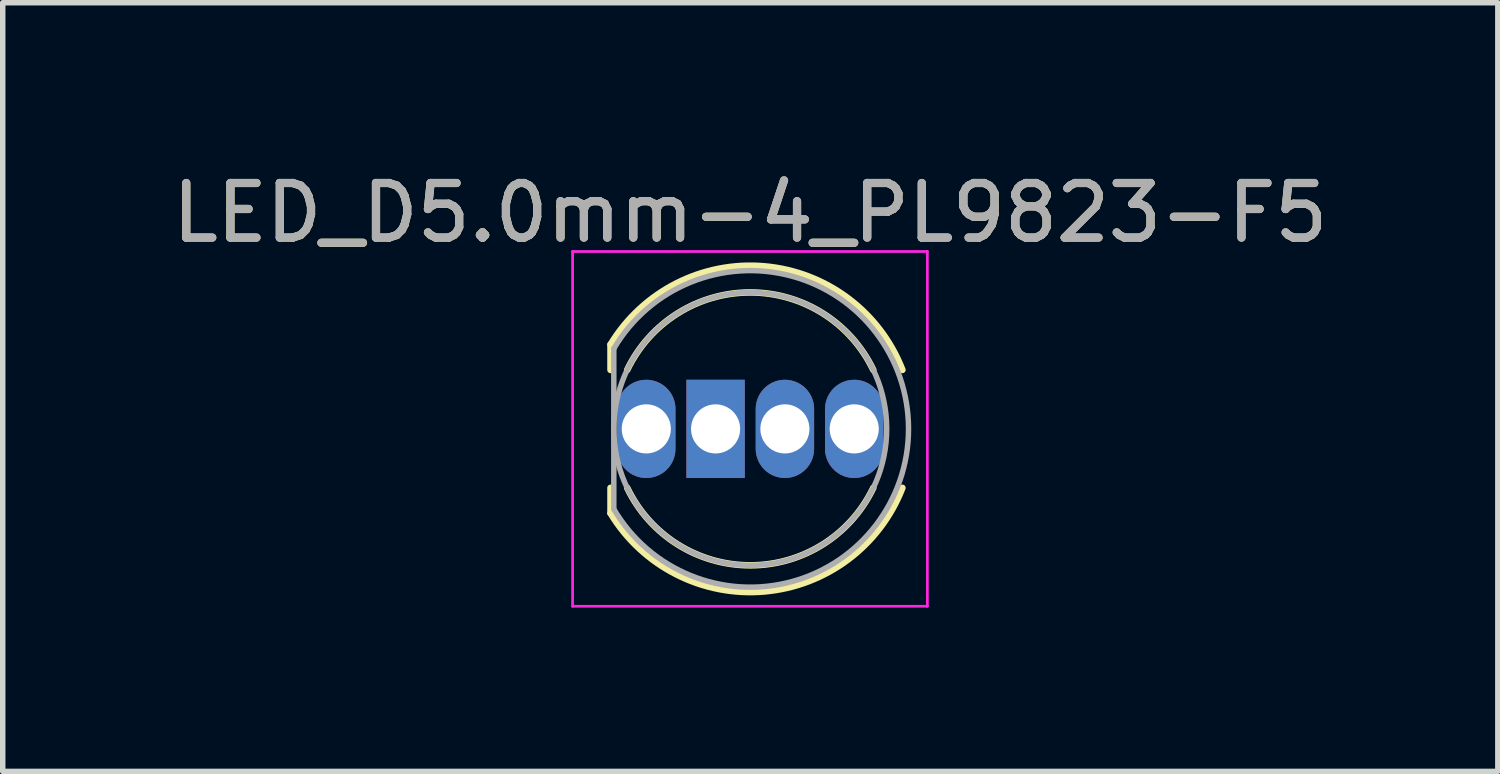
<source format=kicad_pcb>
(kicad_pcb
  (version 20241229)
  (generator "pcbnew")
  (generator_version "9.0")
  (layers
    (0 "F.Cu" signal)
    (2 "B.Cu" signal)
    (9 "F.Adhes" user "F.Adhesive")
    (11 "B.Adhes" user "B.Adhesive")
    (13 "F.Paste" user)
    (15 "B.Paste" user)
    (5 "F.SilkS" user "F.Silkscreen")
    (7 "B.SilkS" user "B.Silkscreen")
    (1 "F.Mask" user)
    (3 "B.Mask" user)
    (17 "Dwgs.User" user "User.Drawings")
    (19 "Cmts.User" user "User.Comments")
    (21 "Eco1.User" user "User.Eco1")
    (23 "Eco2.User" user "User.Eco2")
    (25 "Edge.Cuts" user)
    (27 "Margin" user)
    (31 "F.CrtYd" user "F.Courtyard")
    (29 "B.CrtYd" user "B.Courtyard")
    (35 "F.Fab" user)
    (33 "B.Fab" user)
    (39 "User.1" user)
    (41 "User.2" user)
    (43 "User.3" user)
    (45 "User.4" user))
  (footprint "LED_D5.0mm-4_PL9823-F5"
    (layer "F.Cu")
    (at 8.791 4.808)
    (property "Reference" "LED_D5.0mm-4_PL9823-F5" (at 1.905 -3.96 0) (layer "F.SilkS") (effects (font (size 1 1) (thickness 0.15))))
    (attr through_hole)
    (fp_line (start -0.655 -1.545) (end -0.655 -1.08) (stroke (width 0.12) (type solid)) (layer "F.SilkS"))
    (fp_line (start -0.655 1.08) (end -0.655 1.545) (stroke (width 0.12) (type solid)) (layer "F.SilkS"))
    (fp_arc (start -0.655 -1.54483) (mid 2.163456 -2.978809) (end 4.692815 -1.080827) (stroke (width 0.12) (type solid)) (layer "F.SilkS"))
    (fp_arc (start -0.349684 -1.08) (mid 1.904762 -2.5) (end 4.159479 -1.080429) (stroke (width 0.12) (type solid)) (layer "F.SilkS"))
    (fp_arc (start 4.159479 1.080429) (mid 1.904762 2.5) (end -0.349684 1.08) (stroke (width 0.12) (type solid)) (layer "F.SilkS"))
    (fp_arc (start 4.692815 1.080827) (mid 2.163456 2.978808) (end -0.655 1.54483) (stroke (width 0.12) (type solid)) (layer "F.SilkS"))
    (fp_line (start -1.35 -3.25) (end -1.35 3.25) (stroke (width 0.05) (type solid)) (layer "F.CrtYd"))
    (fp_line (start -1.35 3.25) (end 5.15 3.25) (stroke (width 0.05) (type solid)) (layer "F.CrtYd"))
    (fp_line (start 5.15 -3.25) (end -1.35 -3.25) (stroke (width 0.05) (type solid)) (layer "F.CrtYd"))
    (fp_line (start 5.15 3.25) (end 5.15 -3.25) (stroke (width 0.05) (type solid)) (layer "F.CrtYd"))
    (fp_line (start -0.595 -1.47) (end -0.595 1.47) (stroke (width 0.1) (type solid)) (layer "F.Fab"))
    (fp_arc (start -0.595 -1.469694) (mid 4.805 0.000016) (end -0.595016 1.469666) (stroke (width 0.1) (type solid)) (layer "F.Fab"))
    (fp_circle (center 1.905 0) (end 4.405 0) (stroke (width 0.1) (type solid)) (fill no) (layer "F.Fab"))
    (fp_text user "${REFERENCE}" (at 1.905 -3.96 0) (layer "F.Fab") (effects (font (size 1 1) (thickness 0.15))))
    (pad "1" thru_hole rect (at 1.27 0) (size 1.07 1.8) (drill 0.9) (layers "*.Cu" "*.Mask"))
    (pad "2" thru_hole oval (at 0 0) (size 1.07 1.8) (drill 0.9) (layers "*.Cu" "*.Mask"))
    (pad "3" thru_hole oval (at 2.54 0) (size 1.07 1.8) (drill 0.9) (layers "*.Cu" "*.Mask"))
    (pad "4" thru_hole oval (at 3.81 0) (size 1.07 1.8) (drill 0.9) (layers "*.Cu" "*.Mask")))
  (gr_rect
    (start -3 -3)
    (end 24.393 11.083)
    (stroke (width 0.1) (type default))
    (fill no)
    (layer "Edge.Cuts")))
</source>
